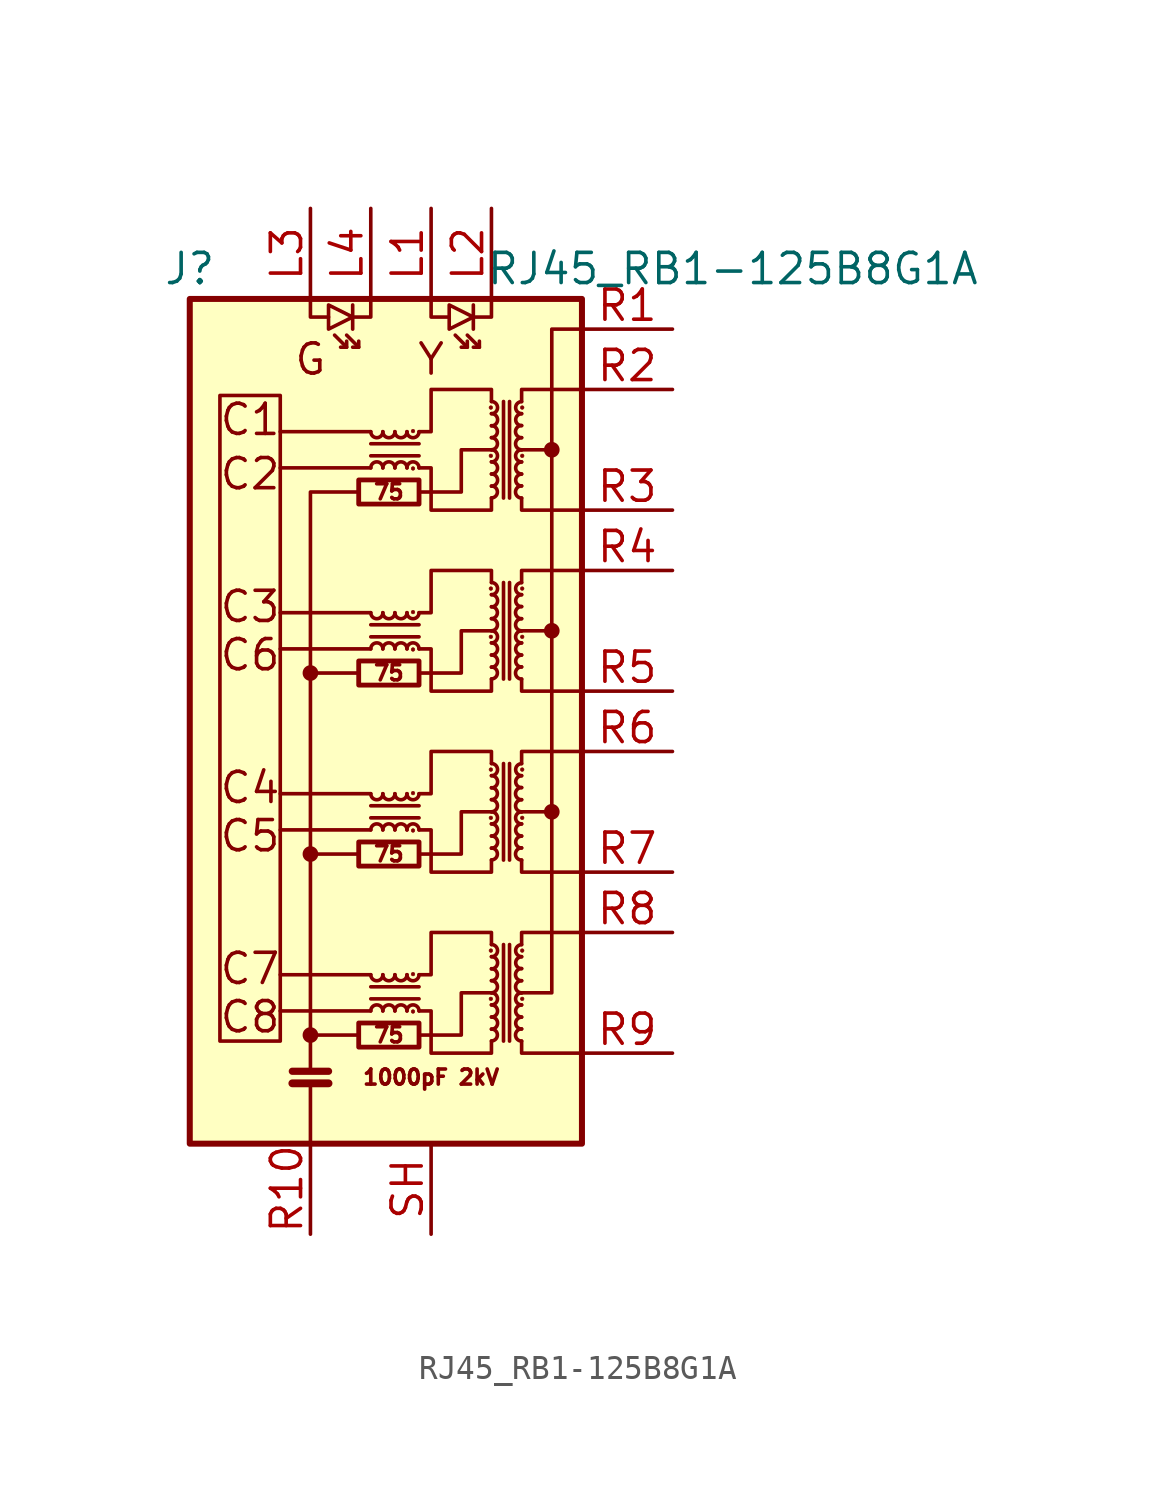
<source format=kicad_sym>
(kicad_symbol_lib
  (version 20220914)
  (generator kicad_symbol_editor)
  (symbol "RJ45_RB1-125B8G1A"
    (pin_names hide)
    (property "Reference" "J"
      (at -7.62 20.32 0)
      (effects (font (size 1.27 1.27))))
    (property "Value" "RJ45_RB1-125B8G1A"
      (at 15.24 20.32 0)
      (effects (font (size 1.27 1.27))))
    (symbol "RJ45_RB1-125B8G1A_0_0"
      (polyline (pts (xy -0.508 -11.938) (xy -2.54 -11.938)) (stroke (width 0) (type default)) (fill (type none)))
      (polyline (pts (xy 0 -10.922) (xy -3.81 -10.922)) (stroke (width 0) (type default)) (fill (type none)))
      (polyline (pts (xy 0 -9.398) (xy -3.81 -9.398)) (stroke (width 0) (type default)) (fill (type none)))
      (polyline (pts (xy 0 -3.302) (xy -3.81 -3.302)) (stroke (width 0) (type default)) (fill (type none)))
      (polyline (pts (xy 0 -1.778) (xy -3.81 -1.778)) (stroke (width 0) (type default)) (fill (type none)))
      (polyline (pts (xy 0 4.318) (xy -3.81 4.318)) (stroke (width 0) (type default)) (fill (type none)))
      (polyline (pts (xy 0 5.842) (xy -3.81 5.842)) (stroke (width 0) (type default)) (fill (type none)))
      (polyline (pts (xy 0 11.938) (xy -3.81 11.938)) (stroke (width 0) (type default)) (fill (type none)))
      (polyline (pts (xy 0 13.462) (xy -3.81 13.462)) (stroke (width 0) (type default)) (fill (type none)))
      (polyline (pts (xy 6.35 5.08) (xy 7.62 5.08)) (stroke (width 0) (type default)) (fill (type none)))
      (polyline (pts (xy 7.62 -2.54) (xy 6.35 -2.54)) (stroke (width 0) (type default)) (fill (type none)))
      (polyline (pts (xy 7.62 12.7) (xy 6.35 12.7)) (stroke (width 0) (type default)) (fill (type none)))
      (polyline (pts (xy 2.032 -11.938) (xy 3.81 -11.938) (xy 3.81 -10.16) (xy 5.08 -10.16)) (stroke (width 0) (type default)) (fill (type none)))
      (polyline (pts (xy 2.032 -4.318) (xy 3.81 -4.318) (xy 3.81 -2.54) (xy 5.08 -2.54)) (stroke (width 0) (type default)) (fill (type none)))
      (polyline (pts (xy 2.032 3.302) (xy 3.81 3.302) (xy 3.81 5.08) (xy 5.08 5.08)) (stroke (width 0) (type default)) (fill (type none)))
      (polyline (pts (xy 2.032 10.922) (xy 3.81 10.922) (xy 3.81 12.7) (xy 5.08 12.7)) (stroke (width 0) (type default)) (fill (type none)))
      (text "1000pF 2kV" (at 2.54 -13.716 0) (effects (font (size 0.635 0.635))))
      (text "75" (at 0.762 -11.938 0) (effects (font (size 0.635 0.635))))
      (text "75" (at 0.762 -4.318 0) (effects (font (size 0.635 0.635))))
      (text "75" (at 0.762 3.302 0) (effects (font (size 0.635 0.635))))
      (text "75" (at 0.762 10.922 0) (effects (font (size 0.635 0.635))))
      (text "C1" (at -5.08 13.97 0) (effects (font (size 1.27 1.27))))
      (text "C2" (at -5.08 11.684 0) (effects (font (size 1.27 1.27))))
      (text "C3" (at -5.08 6.096 0) (effects (font (size 1.27 1.27))))
      (text "C4" (at -5.08 -1.524 0) (effects (font (size 1.27 1.27))))
      (text "C5" (at -5.08 -3.556 0) (effects (font (size 1.27 1.27))))
      (text "C6" (at -5.08 4.064 0) (effects (font (size 1.27 1.27))))
      (text "C7" (at -5.08 -9.144 0) (effects (font (size 1.27 1.27))))
      (text "C8" (at -5.08 -11.176 0) (effects (font (size 1.27 1.27))))
      (text "G" (at -2.54 16.51 0) (effects (font (size 1.27 1.27))))
      (text "Y" (at 2.54 16.51 0) (effects (font (size 1.27 1.27)))))
    (symbol "RJ45_RB1-125B8G1A_0_1"
      (rectangle (start -3.81 -12.192) (end -6.35 14.986) (stroke (width 0) (type default)) (fill (type none)))
      (circle (center -2.54 -11.938) (radius 0.254) (stroke (width 0) (type default)) (fill (type outline)))
      (circle (center -2.54 -4.318) (radius 0.254) (stroke (width 0) (type default)) (fill (type outline)))
      (circle (center -2.54 3.302) (radius 0.254) (stroke (width 0) (type default)) (fill (type outline)))
      (rectangle (start -0.508 -12.446) (end 2.032 -11.43) (stroke (width 0.203) (type default)) (fill (type none)))
      (rectangle (start -0.508 -4.826) (end 2.032 -3.81) (stroke (width 0.203) (type default)) (fill (type none)))
      (rectangle (start -0.508 2.794) (end 2.032 3.81) (stroke (width 0.203) (type default)) (fill (type none)))
      (rectangle (start -0.508 10.414) (end 2.032 11.43) (stroke (width 0.203) (type default)) (fill (type none)))
      (arc (start 0 -9.398) (mid 0.254 -9.6509) (end 0.508 -9.398) (stroke (width 0) (type default)) (fill (type none)))
      (arc (start 0 -1.778) (mid 0.254 -2.0309) (end 0.508 -1.778) (stroke (width 0) (type default)) (fill (type none)))
      (polyline (pts (xy -3.302 -13.97) (xy -1.778 -13.97)) (stroke (width 0.33) (type default)) (fill (type none)))
      (polyline (pts (xy -3.302 -13.462) (xy -1.778 -13.462)) (stroke (width 0.305) (type default)) (fill (type none)))
      (polyline (pts (xy -2.54 -16.51) (xy -2.54 -13.97)) (stroke (width 0) (type default)) (fill (type none)))
      (polyline (pts (xy -2.54 3.302) (xy -0.508 3.302)) (stroke (width 0) (type default)) (fill (type none)))
      (polyline (pts (xy -1.016 17.018) (xy -1.524 17.526)) (stroke (width 0) (type default)) (fill (type none)))
      (polyline (pts (xy -0.762 18.796) (xy -0.762 17.78)) (stroke (width 0) (type default)) (fill (type none)))
      (polyline (pts (xy -0.508 -4.318) (xy -2.54 -4.318)) (stroke (width 0) (type default)) (fill (type none)))
      (polyline (pts (xy -0.508 17.018) (xy -1.016 17.526)) (stroke (width 0) (type default)) (fill (type none)))
      (polyline (pts (xy 0 -10.414) (xy 2.032 -10.414)) (stroke (width 0) (type default)) (fill (type none)))
      (polyline (pts (xy 0 -2.794) (xy 2.032 -2.794)) (stroke (width 0) (type default)) (fill (type none)))
      (polyline (pts (xy 0 4.826) (xy 2.032 4.826)) (stroke (width 0) (type default)) (fill (type none)))
      (polyline (pts (xy 0 12.446) (xy 2.032 12.446)) (stroke (width 0) (type default)) (fill (type none)))
      (polyline (pts (xy 2.032 -9.906) (xy 0 -9.906)) (stroke (width 0) (type default)) (fill (type none)))
      (polyline (pts (xy 2.032 -2.286) (xy 0 -2.286)) (stroke (width 0) (type default)) (fill (type none)))
      (polyline (pts (xy 2.032 5.334) (xy 0 5.334)) (stroke (width 0) (type default)) (fill (type none)))
      (polyline (pts (xy 2.032 12.954) (xy 0 12.954)) (stroke (width 0) (type default)) (fill (type none)))
      (polyline (pts (xy 4.064 17.018) (xy 3.556 17.526)) (stroke (width 0) (type default)) (fill (type none)))
      (polyline (pts (xy 4.318 18.796) (xy 4.318 17.78)) (stroke (width 0) (type default)) (fill (type none)))
      (polyline (pts (xy 4.572 17.018) (xy 4.064 17.526)) (stroke (width 0) (type default)) (fill (type none)))
      (polyline (pts (xy 5.588 -8.128) (xy 5.588 -12.192)) (stroke (width 0) (type default)) (fill (type none)))
      (polyline (pts (xy 5.588 -0.508) (xy 5.588 -4.572)) (stroke (width 0) (type default)) (fill (type none)))
      (polyline (pts (xy 5.588 7.112) (xy 5.588 3.048)) (stroke (width 0) (type default)) (fill (type none)))
      (polyline (pts (xy 5.588 14.732) (xy 5.588 10.668)) (stroke (width 0) (type default)) (fill (type none)))
      (polyline (pts (xy 5.842 -12.192) (xy 5.842 -8.128)) (stroke (width 0) (type default)) (fill (type none)))
      (polyline (pts (xy 5.842 -4.572) (xy 5.842 -0.508)) (stroke (width 0) (type default)) (fill (type none)))
      (polyline (pts (xy 5.842 3.048) (xy 5.842 7.112)) (stroke (width 0) (type default)) (fill (type none)))
      (polyline (pts (xy 5.842 10.668) (xy 5.842 14.732)) (stroke (width 0) (type default)) (fill (type none)))
      (polyline (pts (xy -2.54 -13.462) (xy -2.54 10.922) (xy -0.508 10.922)) (stroke (width 0) (type default)) (fill (type none)))
      (polyline (pts (xy -2.54 19.05) (xy -2.54 18.288) (xy -1.778 18.288)) (stroke (width 0) (type default)) (fill (type none)))
      (polyline (pts (xy -1.016 17.272) (xy -1.016 17.018) (xy -1.27 17.018)) (stroke (width 0) (type default)) (fill (type none)))
      (polyline (pts (xy -0.508 17.272) (xy -0.508 17.018) (xy -0.762 17.018)) (stroke (width 0) (type default)) (fill (type none)))
      (polyline (pts (xy 0 19.05) (xy 0 18.288) (xy -0.762 18.288)) (stroke (width 0) (type default)) (fill (type none)))
      (polyline (pts (xy 2.54 19.05) (xy 2.54 18.288) (xy 3.302 18.288)) (stroke (width 0) (type default)) (fill (type none)))
      (polyline (pts (xy 4.064 17.272) (xy 4.064 17.018) (xy 3.81 17.018)) (stroke (width 0) (type default)) (fill (type none)))
      (polyline (pts (xy 4.572 17.272) (xy 4.572 17.018) (xy 4.318 17.018)) (stroke (width 0) (type default)) (fill (type none)))
      (polyline (pts (xy 5.08 19.05) (xy 5.08 18.288) (xy 4.318 18.288)) (stroke (width 0) (type default)) (fill (type none)))
      (polyline (pts (xy 6.35 -12.192) (xy 6.35 -12.7) (xy 8.89 -12.7)) (stroke (width 0) (type default)) (fill (type none)))
      (polyline (pts (xy 6.35 -8.128) (xy 6.35 -7.62) (xy 8.89 -7.62)) (stroke (width 0) (type default)) (fill (type none)))
      (polyline (pts (xy 6.35 -4.572) (xy 6.35 -5.08) (xy 8.89 -5.08)) (stroke (width 0) (type default)) (fill (type none)))
      (polyline (pts (xy 6.35 -0.508) (xy 6.35 0) (xy 8.89 0)) (stroke (width 0) (type default)) (fill (type none)))
      (polyline (pts (xy 6.35 3.048) (xy 6.35 2.54) (xy 8.89 2.54)) (stroke (width 0) (type default)) (fill (type none)))
      (polyline (pts (xy 6.35 7.112) (xy 6.35 7.62) (xy 8.89 7.62)) (stroke (width 0) (type default)) (fill (type none)))
      (polyline (pts (xy 6.35 10.668) (xy 6.35 10.16) (xy 8.89 10.16)) (stroke (width 0) (type default)) (fill (type none)))
      (polyline (pts (xy 6.35 14.732) (xy 6.35 15.24) (xy 8.89 15.24)) (stroke (width 0) (type default)) (fill (type none)))
      (polyline (pts (xy -0.762 18.288) (xy -1.778 18.796) (xy -1.778 17.78) (xy -0.762 18.288)) (stroke (width 0) (type default)) (fill (type none)))
      (polyline (pts (xy 4.318 18.288) (xy 3.302 18.796) (xy 3.302 17.78) (xy 4.318 18.288)) (stroke (width 0) (type default)) (fill (type none)))
      (polyline (pts (xy 8.89 17.78) (xy 7.62 17.78) (xy 7.62 -10.16) (xy 6.35 -10.16)) (stroke (width 0) (type default)) (fill (type none)))
      (polyline (pts (xy 2.032 -9.398) (xy 2.54 -9.398) (xy 2.54 -7.62) (xy 5.08 -7.62) (xy 5.08 -8.128)) (stroke (width 0) (type default)) (fill (type none)))
      (polyline (pts (xy 2.032 -1.778) (xy 2.54 -1.778) (xy 2.54 0) (xy 5.08 0) (xy 5.08 -0.508)) (stroke (width 0) (type default)) (fill (type none)))
      (polyline (pts (xy 2.032 5.842) (xy 2.54 5.842) (xy 2.54 7.62) (xy 5.08 7.62) (xy 5.08 7.112)) (stroke (width 0) (type default)) (fill (type none)))
      (polyline (pts (xy 2.032 13.462) (xy 2.54 13.462) (xy 2.54 15.24) (xy 5.08 15.24) (xy 5.08 14.732)) (stroke (width 0) (type default)) (fill (type none)))
      (polyline (pts (xy 5.08 -12.192) (xy 5.08 -12.7) (xy 2.54 -12.7) (xy 2.54 -10.922) (xy 2.032 -10.922)) (stroke (width 0) (type default)) (fill (type none)))
      (polyline (pts (xy 5.08 -4.572) (xy 5.08 -5.08) (xy 2.54 -5.08) (xy 2.54 -3.302) (xy 2.032 -3.302)) (stroke (width 0) (type default)) (fill (type none)))
      (polyline (pts (xy 5.08 3.048) (xy 5.08 2.54) (xy 2.54 2.54) (xy 2.54 4.318) (xy 2.032 4.318)) (stroke (width 0) (type default)) (fill (type none)))
      (polyline (pts (xy 5.08 10.668) (xy 5.08 10.16) (xy 2.54 10.16) (xy 2.54 11.938) (xy 2.032 11.938)) (stroke (width 0) (type default)) (fill (type none)))
      (arc (start 0 5.842) (mid 0.254 5.5891) (end 0.508 5.842) (stroke (width 0) (type default)) (fill (type none)))
      (arc (start 0 13.462) (mid 0.254 13.2091) (end 0.508 13.462) (stroke (width 0) (type default)) (fill (type none)))
      (arc (start 0.508 -10.922) (mid 0.254 -10.6691) (end 0 -10.922) (stroke (width 0) (type default)) (fill (type none)))
      (arc (start 0.508 -9.398) (mid 0.762 -9.6509) (end 1.016 -9.398) (stroke (width 0) (type default)) (fill (type none)))
      (arc (start 0.508 -3.302) (mid 0.254 -3.0491) (end 0 -3.302) (stroke (width 0) (type default)) (fill (type none)))
      (arc (start 0.508 -1.778) (mid 0.762 -2.0309) (end 1.016 -1.778) (stroke (width 0) (type default)) (fill (type none)))
      (arc (start 0.508 4.318) (mid 0.254 4.5709) (end 0 4.318) (stroke (width 0) (type default)) (fill (type none)))
      (arc (start 0.508 5.842) (mid 0.762 5.5891) (end 1.016 5.842) (stroke (width 0) (type default)) (fill (type none)))
      (arc (start 0.508 11.938) (mid 0.254 12.1909) (end 0 11.938) (stroke (width 0) (type default)) (fill (type none)))
      (arc (start 0.508 13.462) (mid 0.762 13.2091) (end 1.016 13.462) (stroke (width 0) (type default)) (fill (type none)))
      (arc (start 1.016 -10.922) (mid 0.762 -10.6691) (end 0.508 -10.922) (stroke (width 0) (type default)) (fill (type none)))
      (arc (start 1.016 -9.398) (mid 1.27 -9.6509) (end 1.524 -9.398) (stroke (width 0) (type default)) (fill (type none)))
      (arc (start 1.016 -3.302) (mid 0.762 -3.0491) (end 0.508 -3.302) (stroke (width 0) (type default)) (fill (type none)))
      (arc (start 1.016 -1.778) (mid 1.27 -2.0309) (end 1.524 -1.778) (stroke (width 0) (type default)) (fill (type none)))
      (arc (start 1.016 4.318) (mid 0.762 4.5709) (end 0.508 4.318) (stroke (width 0) (type default)) (fill (type none)))
      (arc (start 1.016 5.842) (mid 1.27 5.5891) (end 1.524 5.842) (stroke (width 0) (type default)) (fill (type none)))
      (arc (start 1.016 11.938) (mid 0.762 12.1909) (end 0.508 11.938) (stroke (width 0) (type default)) (fill (type none)))
      (arc (start 1.016 13.462) (mid 1.27 13.2091) (end 1.524 13.462) (stroke (width 0) (type default)) (fill (type none)))
      (arc (start 1.524 -10.922) (mid 1.27 -10.6691) (end 1.016 -10.922) (stroke (width 0) (type default)) (fill (type none)))
      (arc (start 1.524 -9.398) (mid 1.778 -9.6509) (end 2.032 -9.398) (stroke (width 0) (type default)) (fill (type none)))
      (arc (start 1.524 -3.302) (mid 1.27 -3.0491) (end 1.016 -3.302) (stroke (width 0) (type default)) (fill (type none)))
      (arc (start 1.524 -1.778) (mid 1.778 -2.0309) (end 2.032 -1.778) (stroke (width 0) (type default)) (fill (type none)))
      (arc (start 1.524 4.318) (mid 1.27 4.5709) (end 1.016 4.318) (stroke (width 0) (type default)) (fill (type none)))
      (arc (start 1.524 5.842) (mid 1.778 5.5891) (end 2.032 5.842) (stroke (width 0) (type default)) (fill (type none)))
      (arc (start 1.524 11.938) (mid 1.27 12.1909) (end 1.016 11.938) (stroke (width 0) (type default)) (fill (type none)))
      (arc (start 1.524 13.462) (mid 1.778 13.2091) (end 2.032 13.462) (stroke (width 0) (type default)) (fill (type none)))
      (circle (center 1.778 -10.947) (radius 0.076) (stroke (width 0.025) (type default)) (fill (type outline)))
      (circle (center 1.778 -9.373) (radius 0.076) (stroke (width 0.025) (type default)) (fill (type outline)))
      (circle (center 1.778 -3.327) (radius 0.076) (stroke (width 0.025) (type default)) (fill (type outline)))
      (circle (center 1.778 -1.753) (radius 0.076) (stroke (width 0.025) (type default)) (fill (type outline)))
      (circle (center 1.778 4.293) (radius 0.076) (stroke (width 0.025) (type default)) (fill (type outline)))
      (circle (center 1.778 5.867) (radius 0.076) (stroke (width 0.025) (type default)) (fill (type outline)))
      (circle (center 1.778 11.913) (radius 0.076) (stroke (width 0.025) (type default)) (fill (type outline)))
      (circle (center 1.778 13.487) (radius 0.076) (stroke (width 0.025) (type default)) (fill (type outline)))
      (arc (start 2.032 -10.922) (mid 1.778 -10.6691) (end 1.524 -10.922) (stroke (width 0) (type default)) (fill (type none)))
      (arc (start 2.032 -3.302) (mid 1.778 -3.0491) (end 1.524 -3.302) (stroke (width 0) (type default)) (fill (type none)))
      (arc (start 2.032 4.318) (mid 1.778 4.5709) (end 1.524 4.318) (stroke (width 0) (type default)) (fill (type none)))
      (arc (start 2.032 11.938) (mid 1.778 12.1909) (end 1.524 11.938) (stroke (width 0) (type default)) (fill (type none)))
      (circle (center 5.055 -10.414) (radius 0.076) (stroke (width 0.025) (type default)) (fill (type outline)))
      (circle (center 5.055 -8.382) (radius 0.076) (stroke (width 0.025) (type default)) (fill (type outline)))
      (circle (center 5.055 -2.794) (radius 0.076) (stroke (width 0.025) (type default)) (fill (type outline)))
      (circle (center 5.055 -0.762) (radius 0.076) (stroke (width 0.025) (type default)) (fill (type outline)))
      (circle (center 5.055 4.826) (radius 0.076) (stroke (width 0.025) (type default)) (fill (type outline)))
      (circle (center 5.055 6.858) (radius 0.076) (stroke (width 0.025) (type default)) (fill (type outline)))
      (circle (center 5.055 12.446) (radius 0.076) (stroke (width 0.025) (type default)) (fill (type outline)))
      (circle (center 5.055 14.478) (radius 0.076) (stroke (width 0.025) (type default)) (fill (type outline)))
      (arc (start 5.08 -12.192) (mid 5.3329 -11.938) (end 5.08 -11.684) (stroke (width 0) (type default)) (fill (type none)))
      (arc (start 5.08 -11.684) (mid 5.3329 -11.43) (end 5.08 -11.176) (stroke (width 0) (type default)) (fill (type none)))
      (arc (start 5.08 -11.176) (mid 5.3329 -10.922) (end 5.08 -10.668) (stroke (width 0) (type default)) (fill (type none)))
      (arc (start 5.08 -10.668) (mid 5.3329 -10.414) (end 5.08 -10.16) (stroke (width 0) (type default)) (fill (type none)))
      (arc (start 5.08 -10.16) (mid 5.3329 -9.906) (end 5.08 -9.652) (stroke (width 0) (type default)) (fill (type none)))
      (arc (start 5.08 -9.652) (mid 5.3329 -9.398) (end 5.08 -9.144) (stroke (width 0) (type default)) (fill (type none)))
      (arc (start 5.08 -9.144) (mid 5.3329 -8.89) (end 5.08 -8.636) (stroke (width 0) (type default)) (fill (type none)))
      (arc (start 5.08 -8.636) (mid 5.3329 -8.382) (end 5.08 -8.128) (stroke (width 0) (type default)) (fill (type none)))
      (arc (start 5.08 -4.572) (mid 5.3329 -4.318) (end 5.08 -4.064) (stroke (width 0) (type default)) (fill (type none)))
      (arc (start 5.08 -4.064) (mid 5.3329 -3.81) (end 5.08 -3.556) (stroke (width 0) (type default)) (fill (type none)))
      (arc (start 5.08 -3.556) (mid 5.3329 -3.302) (end 5.08 -3.048) (stroke (width 0) (type default)) (fill (type none)))
      (arc (start 5.08 -3.048) (mid 5.3329 -2.794) (end 5.08 -2.54) (stroke (width 0) (type default)) (fill (type none)))
      (arc (start 5.08 -2.54) (mid 5.3329 -2.286) (end 5.08 -2.032) (stroke (width 0) (type default)) (fill (type none)))
      (arc (start 5.08 -2.032) (mid 5.3329 -1.778) (end 5.08 -1.524) (stroke (width 0) (type default)) (fill (type none)))
      (arc (start 5.08 -1.524) (mid 5.3329 -1.27) (end 5.08 -1.016) (stroke (width 0) (type default)) (fill (type none)))
      (arc (start 5.08 -1.016) (mid 5.3329 -0.762) (end 5.08 -0.508) (stroke (width 0) (type default)) (fill (type none)))
      (arc (start 5.08 3.048) (mid 5.3329 3.302) (end 5.08 3.556) (stroke (width 0) (type default)) (fill (type none)))
      (arc (start 5.08 3.556) (mid 5.3329 3.81) (end 5.08 4.064) (stroke (width 0) (type default)) (fill (type none)))
      (arc (start 5.08 4.064) (mid 5.3329 4.318) (end 5.08 4.572) (stroke (width 0) (type default)) (fill (type none)))
      (arc (start 5.08 4.572) (mid 5.3329 4.826) (end 5.08 5.08) (stroke (width 0) (type default)) (fill (type none)))
      (arc (start 5.08 5.08) (mid 5.3329 5.334) (end 5.08 5.588) (stroke (width 0) (type default)) (fill (type none)))
      (arc (start 5.08 5.588) (mid 5.3329 5.842) (end 5.08 6.096) (stroke (width 0) (type default)) (fill (type none)))
      (arc (start 5.08 6.096) (mid 5.3329 6.35) (end 5.08 6.604) (stroke (width 0) (type default)) (fill (type none)))
      (arc (start 5.08 6.604) (mid 5.3329 6.858) (end 5.08 7.112) (stroke (width 0) (type default)) (fill (type none)))
      (arc (start 5.08 10.668) (mid 5.3329 10.922) (end 5.08 11.176) (stroke (width 0) (type default)) (fill (type none)))
      (arc (start 5.08 11.176) (mid 5.3329 11.43) (end 5.08 11.684) (stroke (width 0) (type default)) (fill (type none)))
      (arc (start 5.08 11.684) (mid 5.3329 11.938) (end 5.08 12.192) (stroke (width 0) (type default)) (fill (type none)))
      (arc (start 5.08 12.192) (mid 5.3329 12.446) (end 5.08 12.7) (stroke (width 0) (type default)) (fill (type none)))
      (arc (start 5.08 12.7) (mid 5.3329 12.954) (end 5.08 13.208) (stroke (width 0) (type default)) (fill (type none)))
      (arc (start 5.08 13.208) (mid 5.3329 13.462) (end 5.08 13.716) (stroke (width 0) (type default)) (fill (type none)))
      (arc (start 5.08 13.716) (mid 5.3329 13.97) (end 5.08 14.224) (stroke (width 0) (type default)) (fill (type none)))
      (arc (start 5.08 14.224) (mid 5.3329 14.478) (end 5.08 14.732) (stroke (width 0) (type default)) (fill (type none)))
      (arc (start 6.35 -11.684) (mid 6.0971 -11.938) (end 6.35 -12.192) (stroke (width 0) (type default)) (fill (type none)))
      (arc (start 6.35 -11.176) (mid 6.0971 -11.43) (end 6.35 -11.684) (stroke (width 0) (type default)) (fill (type none)))
      (arc (start 6.35 -10.668) (mid 6.0971 -10.922) (end 6.35 -11.176) (stroke (width 0) (type default)) (fill (type none)))
      (arc (start 6.35 -10.16) (mid 6.0971 -10.414) (end 6.35 -10.668) (stroke (width 0) (type default)) (fill (type none)))
      (arc (start 6.35 -9.652) (mid 6.0971 -9.906) (end 6.35 -10.16) (stroke (width 0) (type default)) (fill (type none)))
      (arc (start 6.35 -9.144) (mid 6.0971 -9.398) (end 6.35 -9.652) (stroke (width 0) (type default)) (fill (type none)))
      (arc (start 6.35 -8.636) (mid 6.0971 -8.89) (end 6.35 -9.144) (stroke (width 0) (type default)) (fill (type none)))
      (arc (start 6.35 -8.128) (mid 6.0971 -8.382) (end 6.35 -8.636) (stroke (width 0) (type default)) (fill (type none)))
      (arc (start 6.35 -4.064) (mid 6.0971 -4.318) (end 6.35 -4.572) (stroke (width 0) (type default)) (fill (type none)))
      (arc (start 6.35 -3.556) (mid 6.0971 -3.81) (end 6.35 -4.064) (stroke (width 0) (type default)) (fill (type none)))
      (arc (start 6.35 -3.048) (mid 6.0971 -3.302) (end 6.35 -3.556) (stroke (width 0) (type default)) (fill (type none)))
      (arc (start 6.35 -2.54) (mid 6.0971 -2.794) (end 6.35 -3.048) (stroke (width 0) (type default)) (fill (type none)))
      (arc (start 6.35 -2.032) (mid 6.0971 -2.286) (end 6.35 -2.54) (stroke (width 0) (type default)) (fill (type none)))
      (arc (start 6.35 -1.524) (mid 6.0971 -1.778) (end 6.35 -2.032) (stroke (width 0) (type default)) (fill (type none)))
      (arc (start 6.35 -1.016) (mid 6.0971 -1.27) (end 6.35 -1.524) (stroke (width 0) (type default)) (fill (type none)))
      (arc (start 6.35 -0.508) (mid 6.0971 -0.762) (end 6.35 -1.016) (stroke (width 0) (type default)) (fill (type none)))
      (arc (start 6.35 3.556) (mid 6.0971 3.302) (end 6.35 3.048) (stroke (width 0) (type default)) (fill (type none)))
      (arc (start 6.35 4.064) (mid 6.0971 3.81) (end 6.35 3.556) (stroke (width 0) (type default)) (fill (type none)))
      (arc (start 6.35 4.572) (mid 6.0971 4.318) (end 6.35 4.064) (stroke (width 0) (type default)) (fill (type none)))
      (arc (start 6.35 5.08) (mid 6.0971 4.826) (end 6.35 4.572) (stroke (width 0) (type default)) (fill (type none)))
      (arc (start 6.35 5.588) (mid 6.0971 5.334) (end 6.35 5.08) (stroke (width 0) (type default)) (fill (type none)))
      (arc (start 6.35 6.096) (mid 6.0971 5.842) (end 6.35 5.588) (stroke (width 0) (type default)) (fill (type none)))
      (arc (start 6.35 6.604) (mid 6.0971 6.35) (end 6.35 6.096) (stroke (width 0) (type default)) (fill (type none)))
      (arc (start 6.35 7.112) (mid 6.0971 6.858) (end 6.35 6.604) (stroke (width 0) (type default)) (fill (type none)))
      (arc (start 6.35 11.176) (mid 6.0971 10.922) (end 6.35 10.668) (stroke (width 0) (type default)) (fill (type none)))
      (arc (start 6.35 11.684) (mid 6.0971 11.43) (end 6.35 11.176) (stroke (width 0) (type default)) (fill (type none)))
      (arc (start 6.35 12.192) (mid 6.0971 11.938) (end 6.35 11.684) (stroke (width 0) (type default)) (fill (type none)))
      (arc (start 6.35 12.7) (mid 6.0971 12.446) (end 6.35 12.192) (stroke (width 0) (type default)) (fill (type none)))
      (arc (start 6.35 13.208) (mid 6.0971 12.954) (end 6.35 12.7) (stroke (width 0) (type default)) (fill (type none)))
      (arc (start 6.35 13.716) (mid 6.0971 13.462) (end 6.35 13.208) (stroke (width 0) (type default)) (fill (type none)))
      (arc (start 6.35 14.224) (mid 6.0971 13.97) (end 6.35 13.716) (stroke (width 0) (type default)) (fill (type none)))
      (arc (start 6.35 14.732) (mid 6.0971 14.478) (end 6.35 14.224) (stroke (width 0) (type default)) (fill (type none)))
      (circle (center 6.375 -10.414) (radius 0.076) (stroke (width 0.025) (type default)) (fill (type outline)))
      (circle (center 6.375 -8.382) (radius 0.076) (stroke (width 0.025) (type default)) (fill (type outline)))
      (circle (center 6.375 -2.794) (radius 0.076) (stroke (width 0.025) (type default)) (fill (type outline)))
      (circle (center 6.375 -0.762) (radius 0.076) (stroke (width 0.025) (type default)) (fill (type outline)))
      (circle (center 6.375 4.826) (radius 0.076) (stroke (width 0.025) (type default)) (fill (type outline)))
      (circle (center 6.375 6.858) (radius 0.076) (stroke (width 0.025) (type default)) (fill (type outline)))
      (circle (center 6.375 12.446) (radius 0.076) (stroke (width 0.025) (type default)) (fill (type outline)))
      (circle (center 6.375 14.478) (radius 0.076) (stroke (width 0.025) (type default)) (fill (type outline)))
      (circle (center 7.62 -2.54) (radius 0.254) (stroke (width 0) (type default)) (fill (type outline)))
      (circle (center 7.62 5.08) (radius 0.254) (stroke (width 0) (type default)) (fill (type outline)))
      (circle (center 7.62 12.7) (radius 0.254) (stroke (width 0) (type default)) (fill (type outline)))
      (rectangle (start 8.89 19.05) (end -7.62 -16.51) (stroke (width 0.254) (type default)) (fill (type background)))
      (pin power_in line (at -2.54 -20.32 90) (length 3.81) (name "GND" (effects (font (size 1.27 1.27)))) (number "R10" (effects (font (size 1.27 1.27))))))
    (symbol "RJ45_RB1-125B8G1A_1_1"
      (pin passive line (at 2.54 22.86 270) (length 3.81) (name "~" (effects (font (size 1.27 1.27)))) (number "L1" (effects (font (size 1.27 1.27)))))
      (pin passive line (at 5.08 22.86 270) (length 3.81) (name "~" (effects (font (size 1.27 1.27)))) (number "L2" (effects (font (size 1.27 1.27)))))
      (pin passive line (at -2.54 22.86 270) (length 3.81) (name "~" (effects (font (size 1.27 1.27)))) (number "L3" (effects (font (size 1.27 1.27)))))
      (pin passive line (at 0 22.86 270) (length 3.81) (name "~" (effects (font (size 1.27 1.27)))) (number "L4" (effects (font (size 1.27 1.27)))))
      (pin passive line (at 12.7 17.78 180) (length 3.81) (name "CT" (effects (font (size 1.27 1.27)))) (number "R1" (effects (font (size 1.27 1.27)))))
      (pin passive line (at 12.7 15.24 180) (length 3.81) (name "TD1+" (effects (font (size 1.27 1.27)))) (number "R2" (effects (font (size 1.27 1.27)))))
      (pin passive line (at 12.7 10.16 180) (length 3.81) (name "TD1-" (effects (font (size 1.27 1.27)))) (number "R3" (effects (font (size 1.27 1.27)))))
      (pin passive line (at 12.7 7.62 180) (length 3.81) (name "TD2+" (effects (font (size 1.27 1.27)))) (number "R4" (effects (font (size 1.27 1.27)))))
      (pin passive line (at 12.7 2.54 180) (length 3.81) (name "TD2-" (effects (font (size 1.27 1.27)))) (number "R5" (effects (font (size 1.27 1.27)))))
      (pin passive line (at 12.7 0 180) (length 3.81) (name "TD3+" (effects (font (size 1.27 1.27)))) (number "R6" (effects (font (size 1.27 1.27)))))
      (pin passive line (at 12.7 -5.08 180) (length 3.81) (name "TD3-" (effects (font (size 1.27 1.27)))) (number "R7" (effects (font (size 1.27 1.27)))))
      (pin passive line (at 12.7 -7.62 180) (length 3.81) (name "TD4+" (effects (font (size 1.27 1.27)))) (number "R8" (effects (font (size 1.27 1.27)))))
      (pin passive line (at 12.7 -12.7 180) (length 3.81) (name "TD4-" (effects (font (size 1.27 1.27)))) (number "R9" (effects (font (size 1.27 1.27)))))
      (pin passive line (at 2.54 -20.32 90) (length 3.81) (name "SH" (effects (font (size 1.27 1.27)))) (number "SH" (effects (font (size 1.27 1.27))))))))
</source>
